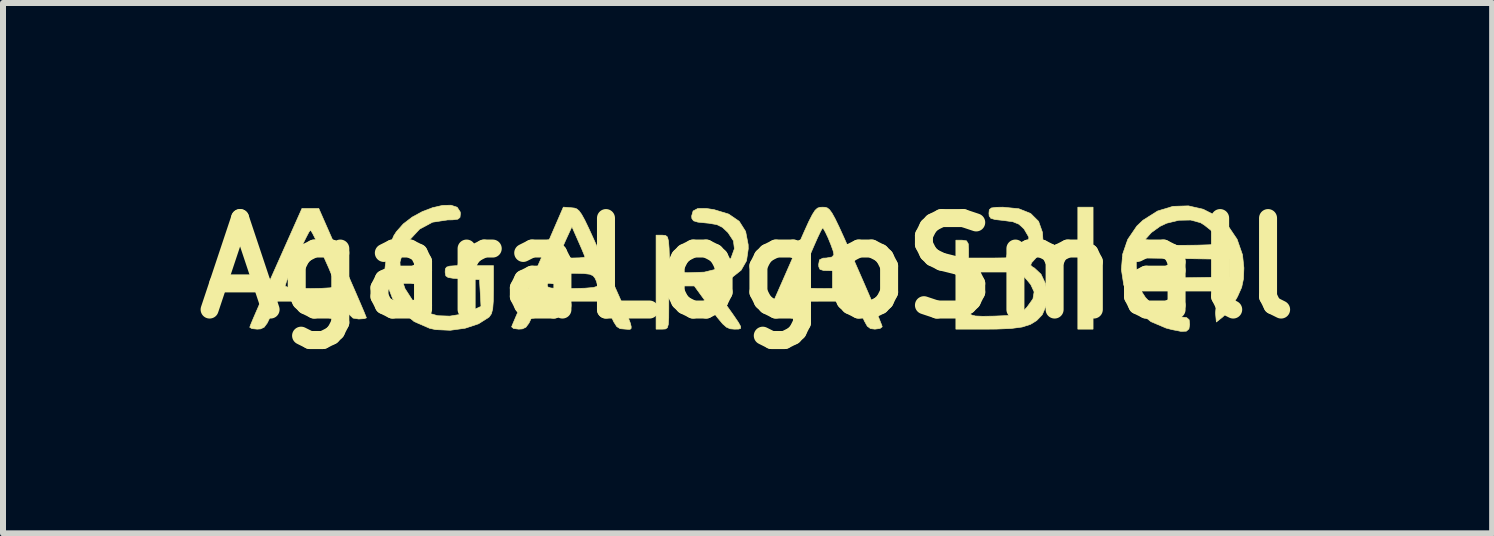
<source format=kicad_pcb>
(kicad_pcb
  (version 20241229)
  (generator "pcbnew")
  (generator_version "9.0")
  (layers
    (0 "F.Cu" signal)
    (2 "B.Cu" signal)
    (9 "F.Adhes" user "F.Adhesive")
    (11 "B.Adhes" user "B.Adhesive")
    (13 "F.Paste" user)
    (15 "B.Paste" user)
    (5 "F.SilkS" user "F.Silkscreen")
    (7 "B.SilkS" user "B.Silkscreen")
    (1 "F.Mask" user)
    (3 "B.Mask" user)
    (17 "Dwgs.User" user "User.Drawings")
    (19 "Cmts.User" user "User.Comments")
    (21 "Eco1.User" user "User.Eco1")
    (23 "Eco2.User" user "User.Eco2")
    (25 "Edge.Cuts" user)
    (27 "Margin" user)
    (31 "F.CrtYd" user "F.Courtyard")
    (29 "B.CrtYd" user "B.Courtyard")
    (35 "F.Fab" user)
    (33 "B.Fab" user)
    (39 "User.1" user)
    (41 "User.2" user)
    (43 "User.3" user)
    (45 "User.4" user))
  (footprint "AgaraLogoSmall"
    (layer "F.Cu")
    (at 9.405 1.418)
    (property "Reference" "AgaraLogoSmall" (at 0 0 0) (layer "F.SilkS") (effects (font (size 1.524 1.524) (thickness 0.3))))
    (attr through_hole)
    (fp_poly (pts (xy 5.757 1.016) (xy 5.503 1.016) (xy 5.503 -1.016) (xy 5.757 -1.016) (xy 5.757 1.016)) (stroke (width 0.01) (type solid)) (fill yes) (layer "F.SilkS"))
    (fp_poly (pts (xy -6.747 -0.093) (xy -6.634 0.164) (xy -6.534 0.393) (xy -6.451 0.585) (xy -6.39 0.728) (xy -6.356 0.812) (xy -6.35 0.828) (xy -6.387 0.841) (xy -6.476 0.847) (xy -6.479 0.847) (xy -6.573 0.832) (xy -6.634 0.774) (xy -6.67 0.699) (xy -6.732 0.55) (xy -7.836 0.55) (xy -7.939 0.783) (xy -8.002 0.914) (xy -8.054 0.984) (xy -8.113 1.012) (xy -8.17 1.016) (xy -8.258 1.007) (xy -8.294 0.985) (xy -8.294 0.984) (xy -8.277 0.938) (xy -8.23 0.826) (xy -8.157 0.658) (xy -8.064 0.445) (xy -7.999 0.298) (xy -7.705 0.298) (xy -7.665 0.316) (xy -7.557 0.329) (xy -7.395 0.337) (xy -7.281 0.339) (xy -7.104 0.336) (xy -6.962 0.328) (xy -6.876 0.316) (xy -6.858 0.307) (xy -6.874 0.251) (xy -6.917 0.141) (xy -6.978 -0.005) (xy -7.051 -0.168) (xy -7.125 -0.331) (xy -7.194 -0.475) (xy -7.248 -0.582) (xy -7.28 -0.633) (xy -7.283 -0.635) (xy -7.309 -0.599) (xy -7.359 -0.503) (xy -7.426 -0.366) (xy -7.5 -0.206) (xy -7.573 -0.042) (xy -7.637 0.108) (xy -7.683 0.226) (xy -7.704 0.294) (xy -7.705 0.298) (xy -7.999 0.298) (xy -7.955 0.197) (xy -7.858 -0.021) (xy -7.424 -0.995) (xy -7.144 -0.995) (xy -6.747 -0.093)) (stroke (width 0.01) (type solid)) (fill yes) (layer "F.SilkS"))
    (fp_poly (pts (xy -4.837 -1.014) (xy -4.787 -0.937) (xy -4.784 -0.907) (xy -4.791 -0.846) (xy -4.827 -0.816) (xy -4.913 -0.805) (xy -4.997 -0.804) (xy -5.248 -0.766) (xy -5.463 -0.651) (xy -5.642 -0.459) (xy -5.731 -0.309) (xy -5.791 -0.102) (xy -5.781 0.121) (xy -5.707 0.341) (xy -5.578 0.541) (xy -5.4 0.7) (xy -5.326 0.745) (xy -5.163 0.792) (xy -4.961 0.799) (xy -4.752 0.765) (xy -4.623 0.72) (xy -4.441 0.637) (xy -4.453 0.414) (xy -4.466 0.191) (xy -4.752 0.178) (xy -4.903 0.169) (xy -4.989 0.155) (xy -5.027 0.128) (xy -5.037 0.079) (xy -5.038 0.062) (xy -5.035 0.013) (xy -5.015 -0.017) (xy -4.963 -0.034) (xy -4.863 -0.041) (xy -4.698 -0.042) (xy -4.636 -0.042) (xy -4.233 -0.042) (xy -4.233 0.353) (xy -4.236 0.549) (xy -4.246 0.678) (xy -4.267 0.759) (xy -4.302 0.81) (xy -4.309 0.817) (xy -4.482 0.927) (xy -4.706 1.001) (xy -4.954 1.035) (xy -5.196 1.024) (xy -5.297 1.002) (xy -5.554 0.89) (xy -5.761 0.719) (xy -5.915 0.504) (xy -6.009 0.257) (xy -6.04 -0.008) (xy -6.004 -0.278) (xy -5.894 -0.54) (xy -5.852 -0.606) (xy -5.736 -0.737) (xy -5.587 -0.851) (xy -5.418 -0.943) (xy -5.244 -1.009) (xy -5.08 -1.046) (xy -4.94 -1.049) (xy -4.837 -1.014)) (stroke (width 0.01) (type solid)) (fill yes) (layer "F.SilkS"))
    (fp_poly (pts (xy -0.558 -0.975) (xy -0.314 -0.901) (xy -0.139 -0.781) (xy -0.032 -0.612) (xy 0.011 -0.39) (xy 0.012 -0.323) (xy -0.017 -0.123) (xy -0.107 0.034) (xy -0.268 0.162) (xy -0.336 0.199) (xy -0.446 0.257) (xy -0.521 0.3) (xy -0.537 0.311) (xy -0.523 0.352) (xy -0.469 0.444) (xy -0.386 0.569) (xy -0.35 0.62) (xy -0.229 0.791) (xy -0.152 0.904) (xy -0.115 0.971) (xy -0.115 1.004) (xy -0.148 1.015) (xy -0.209 1.016) (xy -0.222 1.016) (xy -0.29 1.01) (xy -0.35 0.984) (xy -0.415 0.927) (xy -0.501 0.824) (xy -0.619 0.665) (xy -0.625 0.656) (xy -0.887 0.296) (xy -1.312 0.296) (xy -1.312 0.656) (xy -1.313 0.83) (xy -1.32 0.937) (xy -1.336 0.992) (xy -1.367 1.013) (xy -1.418 1.016) (xy -1.524 1.016) (xy -1.524 -0.55) (xy -1.42 -0.55) (xy -1.366 -0.545) (xy -1.334 -0.519) (xy -1.317 -0.452) (xy -1.307 -0.327) (xy -1.304 -0.243) (xy -1.291 0.064) (xy -0.996 0.076) (xy -0.721 0.066) (xy -0.5 0.012) (xy -0.342 -0.083) (xy -0.274 -0.171) (xy -0.219 -0.324) (xy -0.235 -0.455) (xy -0.324 -0.591) (xy -0.332 -0.599) (xy -0.418 -0.68) (xy -0.512 -0.726) (xy -0.648 -0.749) (xy -0.691 -0.753) (xy -0.828 -0.767) (xy -0.9 -0.789) (xy -0.928 -0.828) (xy -0.931 -0.87) (xy -0.907 -0.953) (xy -0.829 -0.994) (xy -0.688 -0.995) (xy -0.558 -0.975)) (stroke (width 0.01) (type solid)) (fill yes) (layer "F.SilkS"))
    (fp_poly (pts (xy 4.52 -0.99) (xy 4.717 -0.911) (xy 4.849 -0.78) (xy 4.914 -0.596) (xy 4.921 -0.48) (xy 4.903 -0.328) (xy 4.844 -0.214) (xy 4.804 -0.169) (xy 4.733 -0.091) (xy 4.717 -0.049) (xy 4.752 -0.017) (xy 4.779 -0.003) (xy 4.89 0.101) (xy 4.963 0.256) (xy 4.995 0.436) (xy 4.979 0.616) (xy 4.914 0.768) (xy 4.904 0.783) (xy 4.817 0.873) (xy 4.713 0.937) (xy 4.577 0.98) (xy 4.393 1.005) (xy 4.146 1.015) (xy 4.002 1.016) (xy 3.471 1.016) (xy 3.471 0.539) (xy 3.688 0.539) (xy 3.692 0.671) (xy 3.701 0.748) (xy 3.702 0.752) (xy 3.731 0.78) (xy 3.798 0.797) (xy 3.918 0.802) (xy 4.106 0.799) (xy 4.131 0.798) (xy 4.32 0.79) (xy 4.445 0.778) (xy 4.527 0.757) (xy 4.587 0.72) (xy 4.645 0.662) (xy 4.66 0.645) (xy 4.755 0.512) (xy 4.775 0.395) (xy 4.719 0.274) (xy 4.66 0.202) (xy 4.537 0.064) (xy 4.121 0.064) (xy 3.704 0.064) (xy 3.692 0.377) (xy 3.688 0.539) (xy 3.471 0.539) (xy 3.471 -0.466) (xy 3.577 -0.466) (xy 3.649 -0.455) (xy 3.678 -0.405) (xy 3.683 -0.318) (xy 3.683 -0.169) (xy 4.087 -0.169) (xy 4.278 -0.171) (xy 4.405 -0.179) (xy 4.488 -0.197) (xy 4.547 -0.23) (xy 4.595 -0.273) (xy 4.681 -0.396) (xy 4.686 -0.518) (xy 4.609 -0.65) (xy 4.6 -0.66) (xy 4.522 -0.732) (xy 4.422 -0.773) (xy 4.27 -0.794) (xy 4.262 -0.795) (xy 4.125 -0.81) (xy 4.053 -0.831) (xy 4.026 -0.87) (xy 4.022 -0.915) (xy 4.028 -0.973) (xy 4.062 -1.003) (xy 4.144 -1.014) (xy 4.256 -1.016) (xy 4.52 -0.99)) (stroke (width 0.01) (type solid)) (fill yes) (layer "F.SilkS"))
    (fp_poly (pts (xy -2.929 -1.006) (xy -2.884 -1.001) (xy -2.845 -0.987) (xy -2.807 -0.955) (xy -2.765 -0.897) (xy -2.712 -0.801) (xy -2.644 -0.66) (xy -2.554 -0.463) (xy -2.438 -0.202) (xy -2.386 -0.085) (xy -2.243 0.238) (xy -2.13 0.492) (xy -2.046 0.684) (xy -1.988 0.823) (xy -1.952 0.918) (xy -1.938 0.977) (xy -1.941 1.008) (xy -1.959 1.019) (xy -1.991 1.019) (xy -2.032 1.016) (xy -2.044 1.015) (xy -2.123 1.008) (xy -2.179 0.973) (xy -2.23 0.893) (xy -2.281 0.782) (xy -2.381 0.55) (xy -3.476 0.55) (xy -3.579 0.783) (xy -3.641 0.914) (xy -3.693 0.984) (xy -3.752 1.012) (xy -3.813 1.016) (xy -3.899 1.005) (xy -3.931 0.977) (xy -3.93 0.975) (xy -3.91 0.926) (xy -3.861 0.811) (xy -3.787 0.64) (xy -3.694 0.424) (xy -3.635 0.286) (xy -3.337 0.286) (xy -3.325 0.314) (xy -3.278 0.33) (xy -3.182 0.337) (xy -3.022 0.339) (xy -2.926 0.339) (xy -2.711 0.334) (xy -2.567 0.322) (xy -2.502 0.301) (xy -2.498 0.294) (xy -2.516 0.222) (xy -2.541 0.167) (xy -2.574 0.126) (xy -2.63 0.101) (xy -2.728 0.089) (xy -2.887 0.085) (xy -2.944 0.085) (xy -3.106 0.088) (xy -3.23 0.097) (xy -3.297 0.111) (xy -3.303 0.116) (xy -3.313 0.179) (xy -3.329 0.243) (xy -3.337 0.286) (xy -3.635 0.286) (xy -3.586 0.175) (xy -3.493 -0.041) (xy -3.42 -0.207) (xy -3.133 -0.207) (xy -3.095 -0.186) (xy -2.997 -0.172) (xy -2.921 -0.169) (xy -2.8 -0.172) (xy -2.724 -0.18) (xy -2.709 -0.185) (xy -2.725 -0.229) (xy -2.766 -0.328) (xy -2.818 -0.446) (xy -2.926 -0.691) (xy -3.029 -0.468) (xy -3.085 -0.341) (xy -3.123 -0.245) (xy -3.133 -0.207) (xy -3.42 -0.207) (xy -3.069 -1.017) (xy -2.929 -1.006)) (stroke (width 0.01) (type solid)) (fill yes) (layer "F.SilkS"))
    (fp_poly (pts (xy 7.593 -0.981) (xy 7.819 -0.866) (xy 8.011 -0.697) (xy 8.157 -0.481) (xy 8.247 -0.222) (xy 8.27 -0.004) (xy 8.263 0.177) (xy 8.233 0.319) (xy 8.168 0.465) (xy 8.149 0.501) (xy 8.063 0.64) (xy 7.972 0.759) (xy 7.918 0.812) (xy 7.811 0.897) (xy 7.797 0.747) (xy 7.812 0.593) (xy 7.855 0.489) (xy 7.926 0.381) (xy 6.56 0.381) (xy 6.63 0.489) (xy 6.744 0.607) (xy 6.906 0.713) (xy 7.084 0.788) (xy 7.213 0.812) (xy 7.315 0.823) (xy 7.358 0.86) (xy 7.366 0.938) (xy 7.354 1.012) (xy 7.311 1.05) (xy 7.221 1.053) (xy 7.073 1.024) (xy 6.973 0.998) (xy 6.721 0.891) (xy 6.517 0.726) (xy 6.365 0.517) (xy 6.268 0.279) (xy 6.229 0.024) (xy 6.233 -0.029) (xy 6.477 -0.029) (xy 6.485 0.076) (xy 6.504 0.14) (xy 6.506 0.142) (xy 6.556 0.151) (xy 6.676 0.157) (xy 6.853 0.161) (xy 7.071 0.162) (xy 7.279 0.16) (xy 8.022 0.148) (xy 8.022 -0.148) (xy 7.25 -0.16) (xy 6.477 -0.171) (xy 6.477 -0.029) (xy 6.233 -0.029) (xy 6.25 -0.233) (xy 6.309 -0.405) (xy 6.604 -0.405) (xy 6.644 -0.397) (xy 6.754 -0.39) (xy 6.92 -0.384) (xy 7.128 -0.381) (xy 7.26 -0.381) (xy 7.485 -0.383) (xy 7.677 -0.389) (xy 7.821 -0.397) (xy 7.903 -0.408) (xy 7.916 -0.415) (xy 7.886 -0.467) (xy 7.81 -0.548) (xy 7.711 -0.639) (xy 7.611 -0.718) (xy 7.549 -0.757) (xy 7.384 -0.802) (xy 7.184 -0.798) (xy 6.983 -0.749) (xy 6.873 -0.697) (xy 6.728 -0.593) (xy 6.633 -0.487) (xy 6.604 -0.405) (xy 6.309 -0.405) (xy 6.335 -0.479) (xy 6.486 -0.701) (xy 6.588 -0.798) (xy 6.831 -0.952) (xy 7.088 -1.03) (xy 7.346 -1.038) (xy 7.593 -0.981)) (stroke (width 0.01) (type solid)) (fill yes) (layer "F.SilkS"))
    (fp_poly (pts (xy 1.294 -1.014) (xy 1.33 -1.003) (xy 1.366 -0.974) (xy 1.407 -0.918) (xy 1.458 -0.826) (xy 1.525 -0.688) (xy 1.612 -0.497) (xy 1.725 -0.243) (xy 1.814 -0.04) (xy 1.932 0.229) (xy 2.037 0.472) (xy 2.125 0.679) (xy 2.192 0.84) (xy 2.233 0.943) (xy 2.244 0.976) (xy 2.207 1.005) (xy 2.122 1.016) (xy 2.049 1.007) (xy 1.996 0.968) (xy 1.946 0.879) (xy 1.905 0.783) (xy 1.81 0.55) (xy 1.264 0.55) (xy 1.041 0.551) (xy 0.887 0.554) (xy 0.788 0.563) (xy 0.729 0.58) (xy 0.696 0.607) (xy 0.673 0.648) (xy 0.67 0.656) (xy 0.611 0.734) (xy 0.513 0.761) (xy 0.481 0.762) (xy 0.34 0.762) (xy 0.448 0.519) (xy 0.503 0.395) (xy 0.541 0.308) (xy 0.837 0.308) (xy 0.837 0.315) (xy 0.887 0.325) (xy 1.002 0.333) (xy 1.163 0.338) (xy 1.282 0.339) (xy 1.473 0.337) (xy 1.594 0.332) (xy 1.658 0.32) (xy 1.679 0.298) (xy 1.672 0.265) (xy 1.633 0.158) (xy 1.62 0.116) (xy 1.586 0.069) (xy 1.505 0.047) (xy 1.392 0.042) (xy 1.268 0.039) (xy 1.207 0.02) (xy 1.187 -0.024) (xy 1.185 -0.064) (xy 1.199 -0.139) (xy 1.257 -0.167) (xy 1.312 -0.169) (xy 1.41 -0.187) (xy 1.439 -0.227) (xy 1.425 -0.291) (xy 1.389 -0.391) (xy 1.343 -0.504) (xy 1.296 -0.603) (xy 1.261 -0.663) (xy 1.25 -0.67) (xy 1.219 -0.617) (xy 1.167 -0.508) (xy 1.102 -0.361) (xy 1.03 -0.194) (xy 0.96 -0.026) (xy 0.9 0.126) (xy 0.856 0.244) (xy 0.837 0.308) (xy 0.541 0.308) (xy 0.583 0.213) (xy 0.679 -0.006) (xy 0.783 -0.243) (xy 0.839 -0.37) (xy 0.944 -0.608) (xy 1.021 -0.778) (xy 1.08 -0.893) (xy 1.125 -0.963) (xy 1.165 -1) (xy 1.207 -1.014) (xy 1.253 -1.016) (xy 1.294 -1.014)) (stroke (width 0.01) (type solid)) (fill yes) (layer "F.SilkS")))
  (gr_rect
    (start -3 -3)
    (end 21.811 5.836)
    (stroke (width 0.1) (type default))
    (fill no)
    (layer "Edge.Cuts")))
</source>
